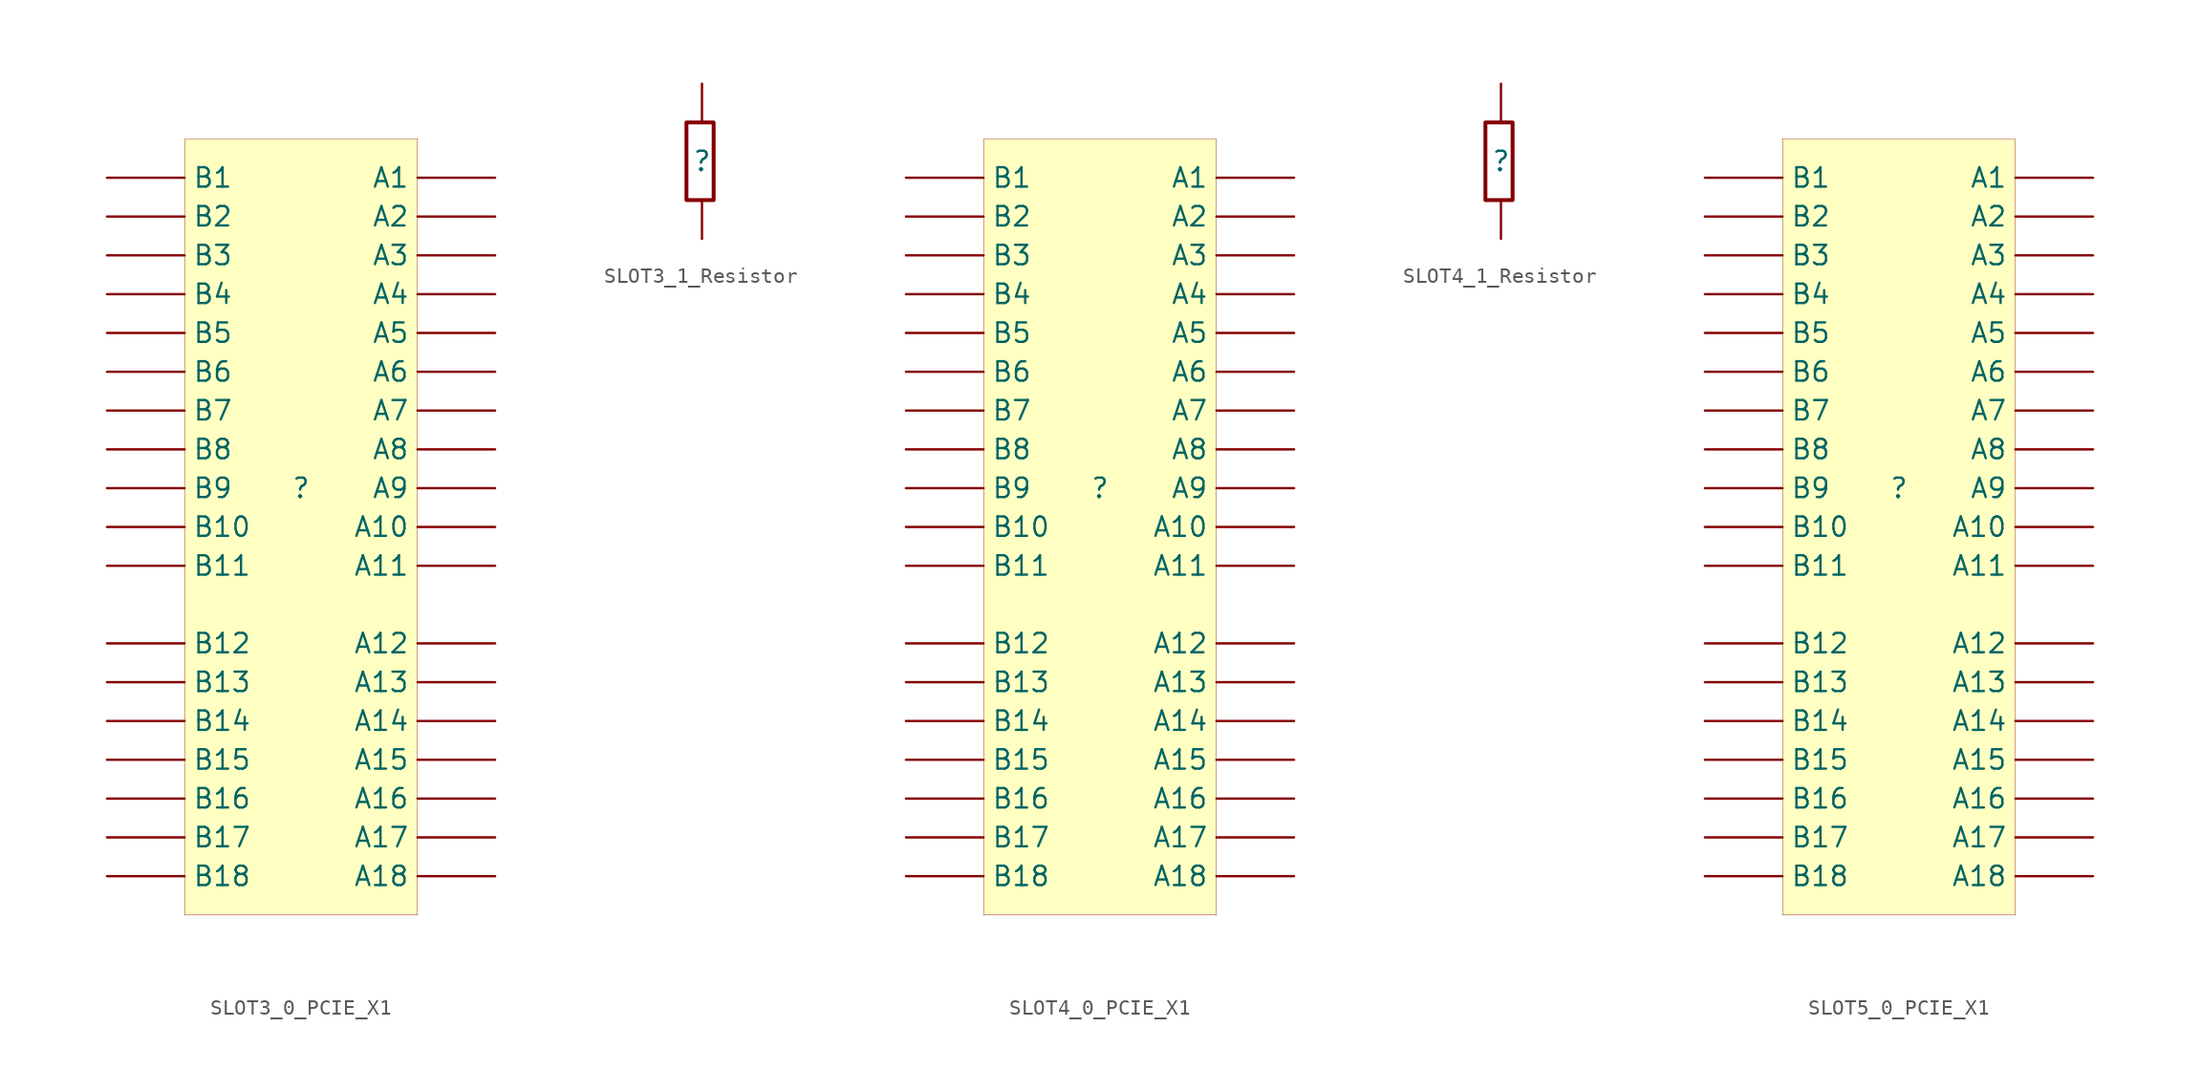
<source format=kicad_sym>
(kicad_symbol_lib
  (version 20231120)
  (generator "kicad_symbol_editor")
  (generator_version "8.0")
  (symbol "SLOT3_0_PCIE_X1"
    (property "Reference" ""
      (at 0 0 0)
      (effects (font (size 1.27 1.27))))
    (property "Value" ""
      (at 0 0 0)
      (effects (font (size 1.27 1.27))))
    (symbol "SLOT3_0_PCIE_X1_1_0"
      (rectangle (start 7.62 22.86) (end -7.62 -27.94) (stroke (width 0.025) (type solid) (color 128 0 0 1)) (fill (type background)))
      (pin passive line (at 12.7 20.32 180) (length 5.08) (name "A1" (effects (font (size 1.27 1.27)))) (number "A1" (effects (font (size 0 0)))))
      (pin passive line (at 12.7 -2.54 180) (length 5.08) (name "A10" (effects (font (size 1.27 1.27)))) (number "A10" (effects (font (size 0 0)))))
      (pin passive line (at 12.7 -5.08 180) (length 5.08) (name "A11" (effects (font (size 1.27 1.27)))) (number "A11" (effects (font (size 0 0)))))
      (pin passive line (at 12.7 -10.16 180) (length 5.08) (name "A12" (effects (font (size 1.27 1.27)))) (number "A12" (effects (font (size 0 0)))))
      (pin passive line (at 12.7 -12.7 180) (length 5.08) (name "A13" (effects (font (size 1.27 1.27)))) (number "A13" (effects (font (size 0 0)))))
      (pin passive line (at 12.7 -15.24 180) (length 5.08) (name "A14" (effects (font (size 1.27 1.27)))) (number "A14" (effects (font (size 0 0)))))
      (pin passive line (at 12.7 -17.78 180) (length 5.08) (name "A15" (effects (font (size 1.27 1.27)))) (number "A15" (effects (font (size 0 0)))))
      (pin passive line (at 12.7 -20.32 180) (length 5.08) (name "A16" (effects (font (size 1.27 1.27)))) (number "A16" (effects (font (size 0 0)))))
      (pin passive line (at 12.7 -22.86 180) (length 5.08) (name "A17" (effects (font (size 1.27 1.27)))) (number "A17" (effects (font (size 0 0)))))
      (pin passive line (at 12.7 -25.4 180) (length 5.08) (name "A18" (effects (font (size 1.27 1.27)))) (number "A18" (effects (font (size 0 0)))))
      (pin passive line (at 12.7 17.78 180) (length 5.08) (name "A2" (effects (font (size 1.27 1.27)))) (number "A2" (effects (font (size 0 0)))))
      (pin passive line (at 12.7 15.24 180) (length 5.08) (name "A3" (effects (font (size 1.27 1.27)))) (number "A3" (effects (font (size 0 0)))))
      (pin passive line (at 12.7 12.7 180) (length 5.08) (name "A4" (effects (font (size 1.27 1.27)))) (number "A4" (effects (font (size 0 0)))))
      (pin passive line (at 12.7 10.16 180) (length 5.08) (name "A5" (effects (font (size 1.27 1.27)))) (number "A5" (effects (font (size 0 0)))))
      (pin passive line (at 12.7 7.62 180) (length 5.08) (name "A6" (effects (font (size 1.27 1.27)))) (number "A6" (effects (font (size 0 0)))))
      (pin passive line (at 12.7 5.08 180) (length 5.08) (name "A7" (effects (font (size 1.27 1.27)))) (number "A7" (effects (font (size 0 0)))))
      (pin passive line (at 12.7 2.54 180) (length 5.08) (name "A8" (effects (font (size 1.27 1.27)))) (number "A8" (effects (font (size 0 0)))))
      (pin passive line (at 12.7 0 180) (length 5.08) (name "A9" (effects (font (size 1.27 1.27)))) (number "A9" (effects (font (size 0 0)))))
      (pin passive line (at -12.7 20.32 0) (length 5.08) (name "B1" (effects (font (size 1.27 1.27)))) (number "B1" (effects (font (size 0 0)))))
      (pin passive line (at -12.7 -2.54 0) (length 5.08) (name "B10" (effects (font (size 1.27 1.27)))) (number "B10" (effects (font (size 0 0)))))
      (pin passive line (at -12.7 -5.08 0) (length 5.08) (name "B11" (effects (font (size 1.27 1.27)))) (number "B11" (effects (font (size 0 0)))))
      (pin passive line (at -12.7 -10.16 0) (length 5.08) (name "B12" (effects (font (size 1.27 1.27)))) (number "B12" (effects (font (size 0 0)))))
      (pin passive line (at -12.7 -12.7 0) (length 5.08) (name "B13" (effects (font (size 1.27 1.27)))) (number "B13" (effects (font (size 0 0)))))
      (pin passive line (at -12.7 -15.24 0) (length 5.08) (name "B14" (effects (font (size 1.27 1.27)))) (number "B14" (effects (font (size 0 0)))))
      (pin passive line (at -12.7 -17.78 0) (length 5.08) (name "B15" (effects (font (size 1.27 1.27)))) (number "B15" (effects (font (size 0 0)))))
      (pin passive line (at -12.7 -20.32 0) (length 5.08) (name "B16" (effects (font (size 1.27 1.27)))) (number "B16" (effects (font (size 0 0)))))
      (pin passive line (at -12.7 -22.86 0) (length 5.08) (name "B17" (effects (font (size 1.27 1.27)))) (number "B17" (effects (font (size 0 0)))))
      (pin passive line (at -12.7 -25.4 0) (length 5.08) (name "B18" (effects (font (size 1.27 1.27)))) (number "B18" (effects (font (size 0 0)))))
      (pin passive line (at -12.7 17.78 0) (length 5.08) (name "B2" (effects (font (size 1.27 1.27)))) (number "B2" (effects (font (size 0 0)))))
      (pin passive line (at -12.7 15.24 0) (length 5.08) (name "B3" (effects (font (size 1.27 1.27)))) (number "B3" (effects (font (size 0 0)))))
      (pin passive line (at -12.7 12.7 0) (length 5.08) (name "B4" (effects (font (size 1.27 1.27)))) (number "B4" (effects (font (size 0 0)))))
      (pin passive line (at -12.7 10.16 0) (length 5.08) (name "B5" (effects (font (size 1.27 1.27)))) (number "B5" (effects (font (size 0 0)))))
      (pin passive line (at -12.7 7.62 0) (length 5.08) (name "B6" (effects (font (size 1.27 1.27)))) (number "B6" (effects (font (size 0 0)))))
      (pin passive line (at -12.7 5.08 0) (length 5.08) (name "B7" (effects (font (size 1.27 1.27)))) (number "B7" (effects (font (size 0 0)))))
      (pin passive line (at -12.7 2.54 0) (length 5.08) (name "B8" (effects (font (size 1.27 1.27)))) (number "B8" (effects (font (size 0 0)))))
      (pin passive line (at -12.7 0 0) (length 5.08) (name "B9" (effects (font (size 1.27 1.27)))) (number "B9" (effects (font (size 0 0)))))))
  (symbol "SLOT3_1_Resistor"
    (property "Reference" ""
      (at 0 0 0)
      (effects (font (size 1.27 1.27))))
    (property "Value" ""
      (at 0 0 0)
      (effects (font (size 1.27 1.27))))
    (symbol "SLOT3_1_Resistor_1_0"
      (polyline (pts (xy 0.762 -2.54) (xy -1.016 -2.54) (xy -1.016 2.54) (xy 0.762 2.54) (xy 0.762 -2.54)) (stroke (width 0.254) (type solid)) (fill (type none)))
      (pin passive line (at 0 -5.08 90) (length 2.54) (name "1" (effects (font (size 0 0)))) (number "1" (effects (font (size 0 0)))))
      (pin passive line (at 0 5.08 270) (length 2.54) (name "2" (effects (font (size 0 0)))) (number "2" (effects (font (size 0 0)))))))
  (symbol "SLOT4_0_PCIE_X1"
    (property "Reference" ""
      (at 0 0 0)
      (effects (font (size 1.27 1.27))))
    (property "Value" ""
      (at 0 0 0)
      (effects (font (size 1.27 1.27))))
    (symbol "SLOT4_0_PCIE_X1_1_0"
      (rectangle (start 7.62 22.86) (end -7.62 -27.94) (stroke (width 0.025) (type solid) (color 128 0 0 1)) (fill (type background)))
      (pin passive line (at 12.7 20.32 180) (length 5.08) (name "A1" (effects (font (size 1.27 1.27)))) (number "A1" (effects (font (size 0 0)))))
      (pin passive line (at 12.7 -2.54 180) (length 5.08) (name "A10" (effects (font (size 1.27 1.27)))) (number "A10" (effects (font (size 0 0)))))
      (pin passive line (at 12.7 -5.08 180) (length 5.08) (name "A11" (effects (font (size 1.27 1.27)))) (number "A11" (effects (font (size 0 0)))))
      (pin passive line (at 12.7 -10.16 180) (length 5.08) (name "A12" (effects (font (size 1.27 1.27)))) (number "A12" (effects (font (size 0 0)))))
      (pin passive line (at 12.7 -12.7 180) (length 5.08) (name "A13" (effects (font (size 1.27 1.27)))) (number "A13" (effects (font (size 0 0)))))
      (pin passive line (at 12.7 -15.24 180) (length 5.08) (name "A14" (effects (font (size 1.27 1.27)))) (number "A14" (effects (font (size 0 0)))))
      (pin passive line (at 12.7 -17.78 180) (length 5.08) (name "A15" (effects (font (size 1.27 1.27)))) (number "A15" (effects (font (size 0 0)))))
      (pin passive line (at 12.7 -20.32 180) (length 5.08) (name "A16" (effects (font (size 1.27 1.27)))) (number "A16" (effects (font (size 0 0)))))
      (pin passive line (at 12.7 -22.86 180) (length 5.08) (name "A17" (effects (font (size 1.27 1.27)))) (number "A17" (effects (font (size 0 0)))))
      (pin passive line (at 12.7 -25.4 180) (length 5.08) (name "A18" (effects (font (size 1.27 1.27)))) (number "A18" (effects (font (size 0 0)))))
      (pin passive line (at 12.7 17.78 180) (length 5.08) (name "A2" (effects (font (size 1.27 1.27)))) (number "A2" (effects (font (size 0 0)))))
      (pin passive line (at 12.7 15.24 180) (length 5.08) (name "A3" (effects (font (size 1.27 1.27)))) (number "A3" (effects (font (size 0 0)))))
      (pin passive line (at 12.7 12.7 180) (length 5.08) (name "A4" (effects (font (size 1.27 1.27)))) (number "A4" (effects (font (size 0 0)))))
      (pin passive line (at 12.7 10.16 180) (length 5.08) (name "A5" (effects (font (size 1.27 1.27)))) (number "A5" (effects (font (size 0 0)))))
      (pin passive line (at 12.7 7.62 180) (length 5.08) (name "A6" (effects (font (size 1.27 1.27)))) (number "A6" (effects (font (size 0 0)))))
      (pin passive line (at 12.7 5.08 180) (length 5.08) (name "A7" (effects (font (size 1.27 1.27)))) (number "A7" (effects (font (size 0 0)))))
      (pin passive line (at 12.7 2.54 180) (length 5.08) (name "A8" (effects (font (size 1.27 1.27)))) (number "A8" (effects (font (size 0 0)))))
      (pin passive line (at 12.7 0 180) (length 5.08) (name "A9" (effects (font (size 1.27 1.27)))) (number "A9" (effects (font (size 0 0)))))
      (pin passive line (at -12.7 20.32 0) (length 5.08) (name "B1" (effects (font (size 1.27 1.27)))) (number "B1" (effects (font (size 0 0)))))
      (pin passive line (at -12.7 -2.54 0) (length 5.08) (name "B10" (effects (font (size 1.27 1.27)))) (number "B10" (effects (font (size 0 0)))))
      (pin passive line (at -12.7 -5.08 0) (length 5.08) (name "B11" (effects (font (size 1.27 1.27)))) (number "B11" (effects (font (size 0 0)))))
      (pin passive line (at -12.7 -10.16 0) (length 5.08) (name "B12" (effects (font (size 1.27 1.27)))) (number "B12" (effects (font (size 0 0)))))
      (pin passive line (at -12.7 -12.7 0) (length 5.08) (name "B13" (effects (font (size 1.27 1.27)))) (number "B13" (effects (font (size 0 0)))))
      (pin passive line (at -12.7 -15.24 0) (length 5.08) (name "B14" (effects (font (size 1.27 1.27)))) (number "B14" (effects (font (size 0 0)))))
      (pin passive line (at -12.7 -17.78 0) (length 5.08) (name "B15" (effects (font (size 1.27 1.27)))) (number "B15" (effects (font (size 0 0)))))
      (pin passive line (at -12.7 -20.32 0) (length 5.08) (name "B16" (effects (font (size 1.27 1.27)))) (number "B16" (effects (font (size 0 0)))))
      (pin passive line (at -12.7 -22.86 0) (length 5.08) (name "B17" (effects (font (size 1.27 1.27)))) (number "B17" (effects (font (size 0 0)))))
      (pin passive line (at -12.7 -25.4 0) (length 5.08) (name "B18" (effects (font (size 1.27 1.27)))) (number "B18" (effects (font (size 0 0)))))
      (pin passive line (at -12.7 17.78 0) (length 5.08) (name "B2" (effects (font (size 1.27 1.27)))) (number "B2" (effects (font (size 0 0)))))
      (pin passive line (at -12.7 15.24 0) (length 5.08) (name "B3" (effects (font (size 1.27 1.27)))) (number "B3" (effects (font (size 0 0)))))
      (pin passive line (at -12.7 12.7 0) (length 5.08) (name "B4" (effects (font (size 1.27 1.27)))) (number "B4" (effects (font (size 0 0)))))
      (pin passive line (at -12.7 10.16 0) (length 5.08) (name "B5" (effects (font (size 1.27 1.27)))) (number "B5" (effects (font (size 0 0)))))
      (pin passive line (at -12.7 7.62 0) (length 5.08) (name "B6" (effects (font (size 1.27 1.27)))) (number "B6" (effects (font (size 0 0)))))
      (pin passive line (at -12.7 5.08 0) (length 5.08) (name "B7" (effects (font (size 1.27 1.27)))) (number "B7" (effects (font (size 0 0)))))
      (pin passive line (at -12.7 2.54 0) (length 5.08) (name "B8" (effects (font (size 1.27 1.27)))) (number "B8" (effects (font (size 0 0)))))
      (pin passive line (at -12.7 0 0) (length 5.08) (name "B9" (effects (font (size 1.27 1.27)))) (number "B9" (effects (font (size 0 0)))))))
  (symbol "SLOT4_1_Resistor"
    (property "Reference" ""
      (at 0 0 0)
      (effects (font (size 1.27 1.27))))
    (property "Value" ""
      (at 0 0 0)
      (effects (font (size 1.27 1.27))))
    (symbol "SLOT4_1_Resistor_1_0"
      (polyline (pts (xy 0.762 -2.54) (xy -1.016 -2.54) (xy -1.016 2.54) (xy 0.762 2.54) (xy 0.762 -2.54)) (stroke (width 0.254) (type solid)) (fill (type none)))
      (pin passive line (at 0 -5.08 90) (length 2.54) (name "1" (effects (font (size 0 0)))) (number "1" (effects (font (size 0 0)))))
      (pin passive line (at 0 5.08 270) (length 2.54) (name "2" (effects (font (size 0 0)))) (number "2" (effects (font (size 0 0)))))))
  (symbol "SLOT5_0_PCIE_X1"
    (property "Reference" ""
      (at 0 0 0)
      (effects (font (size 1.27 1.27))))
    (property "Value" ""
      (at 0 0 0)
      (effects (font (size 1.27 1.27))))
    (symbol "SLOT5_0_PCIE_X1_1_0"
      (rectangle (start 7.62 22.86) (end -7.62 -27.94) (stroke (width 0.025) (type solid) (color 128 0 0 1)) (fill (type background)))
      (pin passive line (at 12.7 20.32 180) (length 5.08) (name "A1" (effects (font (size 1.27 1.27)))) (number "A1" (effects (font (size 0 0)))))
      (pin passive line (at 12.7 -2.54 180) (length 5.08) (name "A10" (effects (font (size 1.27 1.27)))) (number "A10" (effects (font (size 0 0)))))
      (pin passive line (at 12.7 -5.08 180) (length 5.08) (name "A11" (effects (font (size 1.27 1.27)))) (number "A11" (effects (font (size 0 0)))))
      (pin passive line (at 12.7 -10.16 180) (length 5.08) (name "A12" (effects (font (size 1.27 1.27)))) (number "A12" (effects (font (size 0 0)))))
      (pin passive line (at 12.7 -12.7 180) (length 5.08) (name "A13" (effects (font (size 1.27 1.27)))) (number "A13" (effects (font (size 0 0)))))
      (pin passive line (at 12.7 -15.24 180) (length 5.08) (name "A14" (effects (font (size 1.27 1.27)))) (number "A14" (effects (font (size 0 0)))))
      (pin passive line (at 12.7 -17.78 180) (length 5.08) (name "A15" (effects (font (size 1.27 1.27)))) (number "A15" (effects (font (size 0 0)))))
      (pin passive line (at 12.7 -20.32 180) (length 5.08) (name "A16" (effects (font (size 1.27 1.27)))) (number "A16" (effects (font (size 0 0)))))
      (pin passive line (at 12.7 -22.86 180) (length 5.08) (name "A17" (effects (font (size 1.27 1.27)))) (number "A17" (effects (font (size 0 0)))))
      (pin passive line (at 12.7 -25.4 180) (length 5.08) (name "A18" (effects (font (size 1.27 1.27)))) (number "A18" (effects (font (size 0 0)))))
      (pin passive line (at 12.7 17.78 180) (length 5.08) (name "A2" (effects (font (size 1.27 1.27)))) (number "A2" (effects (font (size 0 0)))))
      (pin passive line (at 12.7 15.24 180) (length 5.08) (name "A3" (effects (font (size 1.27 1.27)))) (number "A3" (effects (font (size 0 0)))))
      (pin passive line (at 12.7 12.7 180) (length 5.08) (name "A4" (effects (font (size 1.27 1.27)))) (number "A4" (effects (font (size 0 0)))))
      (pin passive line (at 12.7 10.16 180) (length 5.08) (name "A5" (effects (font (size 1.27 1.27)))) (number "A5" (effects (font (size 0 0)))))
      (pin passive line (at 12.7 7.62 180) (length 5.08) (name "A6" (effects (font (size 1.27 1.27)))) (number "A6" (effects (font (size 0 0)))))
      (pin passive line (at 12.7 5.08 180) (length 5.08) (name "A7" (effects (font (size 1.27 1.27)))) (number "A7" (effects (font (size 0 0)))))
      (pin passive line (at 12.7 2.54 180) (length 5.08) (name "A8" (effects (font (size 1.27 1.27)))) (number "A8" (effects (font (size 0 0)))))
      (pin passive line (at 12.7 0 180) (length 5.08) (name "A9" (effects (font (size 1.27 1.27)))) (number "A9" (effects (font (size 0 0)))))
      (pin passive line (at -12.7 20.32 0) (length 5.08) (name "B1" (effects (font (size 1.27 1.27)))) (number "B1" (effects (font (size 0 0)))))
      (pin passive line (at -12.7 -2.54 0) (length 5.08) (name "B10" (effects (font (size 1.27 1.27)))) (number "B10" (effects (font (size 0 0)))))
      (pin passive line (at -12.7 -5.08 0) (length 5.08) (name "B11" (effects (font (size 1.27 1.27)))) (number "B11" (effects (font (size 0 0)))))
      (pin passive line (at -12.7 -10.16 0) (length 5.08) (name "B12" (effects (font (size 1.27 1.27)))) (number "B12" (effects (font (size 0 0)))))
      (pin passive line (at -12.7 -12.7 0) (length 5.08) (name "B13" (effects (font (size 1.27 1.27)))) (number "B13" (effects (font (size 0 0)))))
      (pin passive line (at -12.7 -15.24 0) (length 5.08) (name "B14" (effects (font (size 1.27 1.27)))) (number "B14" (effects (font (size 0 0)))))
      (pin passive line (at -12.7 -17.78 0) (length 5.08) (name "B15" (effects (font (size 1.27 1.27)))) (number "B15" (effects (font (size 0 0)))))
      (pin passive line (at -12.7 -20.32 0) (length 5.08) (name "B16" (effects (font (size 1.27 1.27)))) (number "B16" (effects (font (size 0 0)))))
      (pin passive line (at -12.7 -22.86 0) (length 5.08) (name "B17" (effects (font (size 1.27 1.27)))) (number "B17" (effects (font (size 0 0)))))
      (pin passive line (at -12.7 -25.4 0) (length 5.08) (name "B18" (effects (font (size 1.27 1.27)))) (number "B18" (effects (font (size 0 0)))))
      (pin passive line (at -12.7 17.78 0) (length 5.08) (name "B2" (effects (font (size 1.27 1.27)))) (number "B2" (effects (font (size 0 0)))))
      (pin passive line (at -12.7 15.24 0) (length 5.08) (name "B3" (effects (font (size 1.27 1.27)))) (number "B3" (effects (font (size 0 0)))))
      (pin passive line (at -12.7 12.7 0) (length 5.08) (name "B4" (effects (font (size 1.27 1.27)))) (number "B4" (effects (font (size 0 0)))))
      (pin passive line (at -12.7 10.16 0) (length 5.08) (name "B5" (effects (font (size 1.27 1.27)))) (number "B5" (effects (font (size 0 0)))))
      (pin passive line (at -12.7 7.62 0) (length 5.08) (name "B6" (effects (font (size 1.27 1.27)))) (number "B6" (effects (font (size 0 0)))))
      (pin passive line (at -12.7 5.08 0) (length 5.08) (name "B7" (effects (font (size 1.27 1.27)))) (number "B7" (effects (font (size 0 0)))))
      (pin passive line (at -12.7 2.54 0) (length 5.08) (name "B8" (effects (font (size 1.27 1.27)))) (number "B8" (effects (font (size 0 0)))))
      (pin passive line (at -12.7 0 0) (length 5.08) (name "B9" (effects (font (size 1.27 1.27)))) (number "B9" (effects (font (size 0 0))))))))
</source>
